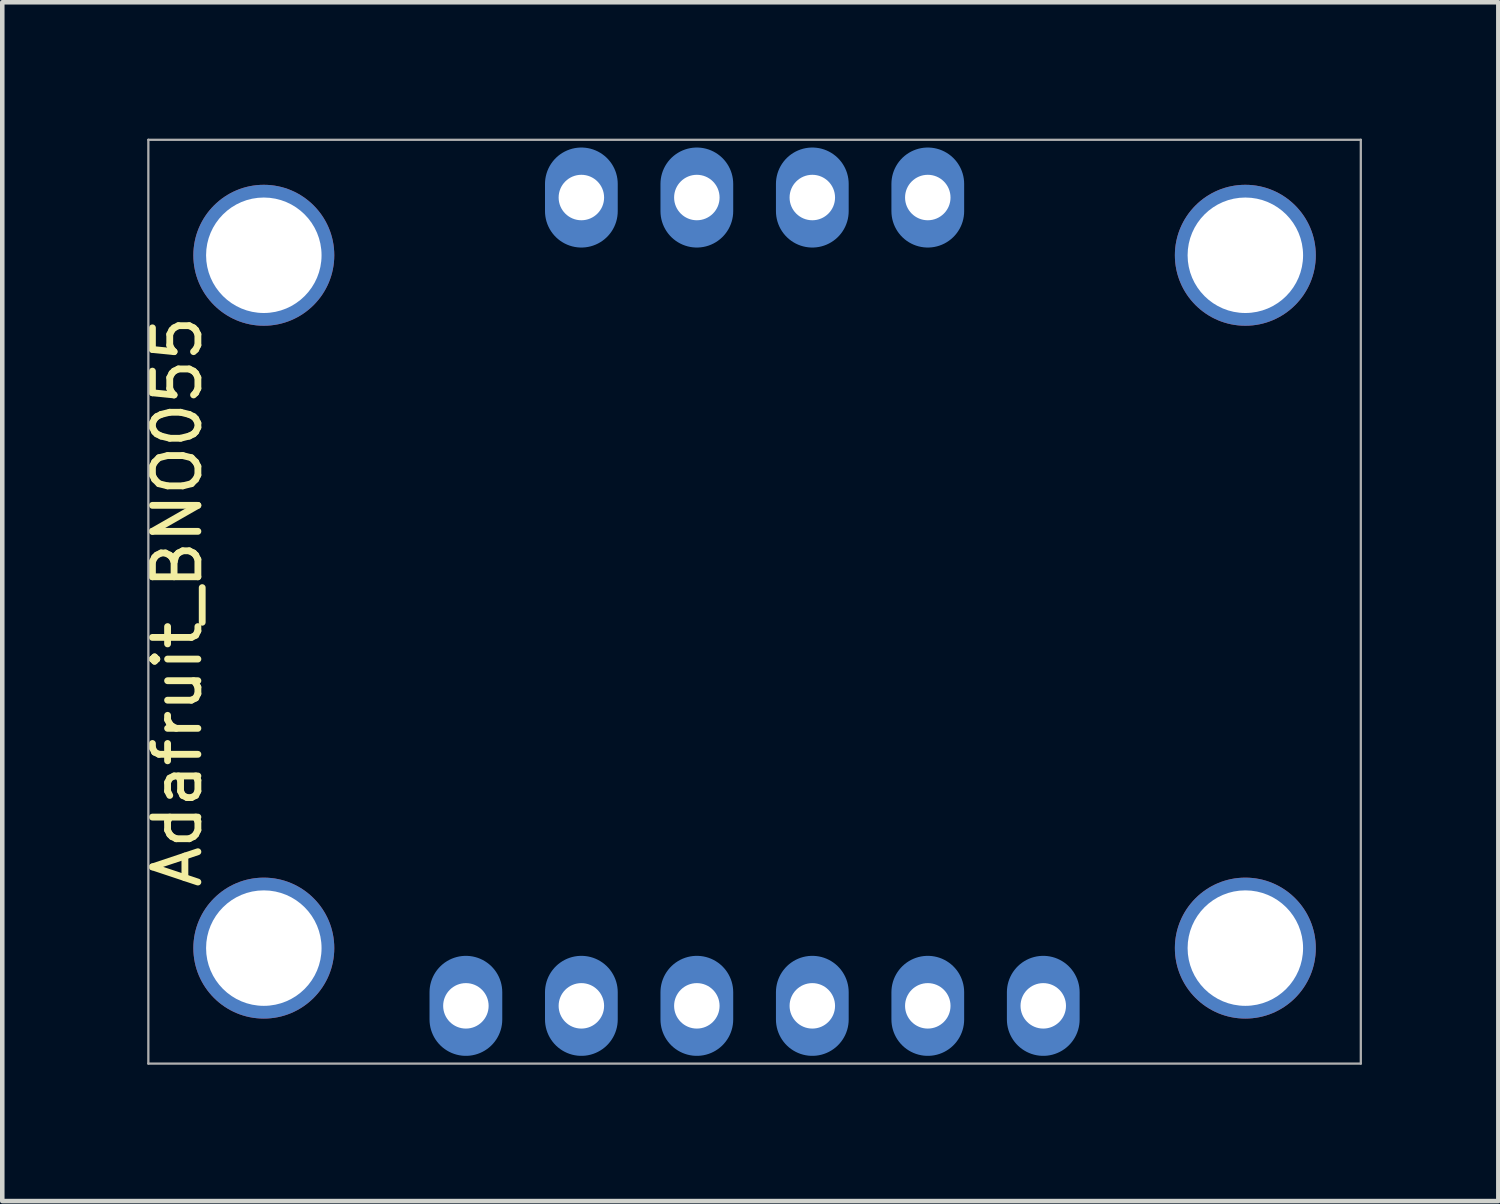
<source format=kicad_pcb>
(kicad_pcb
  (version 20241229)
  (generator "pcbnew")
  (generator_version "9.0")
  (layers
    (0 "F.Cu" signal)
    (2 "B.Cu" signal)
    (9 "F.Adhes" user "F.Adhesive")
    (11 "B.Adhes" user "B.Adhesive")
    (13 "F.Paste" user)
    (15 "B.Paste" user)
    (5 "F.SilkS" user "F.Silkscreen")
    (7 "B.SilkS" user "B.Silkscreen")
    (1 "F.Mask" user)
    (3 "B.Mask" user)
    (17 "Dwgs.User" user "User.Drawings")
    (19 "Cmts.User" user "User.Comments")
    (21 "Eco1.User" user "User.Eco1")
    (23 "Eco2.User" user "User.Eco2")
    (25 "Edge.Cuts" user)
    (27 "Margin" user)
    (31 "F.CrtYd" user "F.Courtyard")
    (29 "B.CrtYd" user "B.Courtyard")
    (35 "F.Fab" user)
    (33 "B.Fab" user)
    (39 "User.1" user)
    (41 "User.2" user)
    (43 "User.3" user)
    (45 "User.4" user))
  (footprint "Adafruit_BNO055"
    (layer "F.Cu")
    (at 13.548 10.185)
    (property "Reference" "Adafruit_BNO055" (at -12.7 0 90) (layer "F.SilkS") (effects (font (size 1 1) (thickness 0.15))))
    (attr through_hole)
    (fp_line (start -13.335 -10.16) (end 13.335 -10.16) (stroke (width 0.05) (type solid)) (layer "F.Fab"))
    (fp_line (start -13.335 10.16) (end -13.335 -10.16) (stroke (width 0.05) (type solid)) (layer "F.Fab"))
    (fp_line (start 13.335 -10.16) (end 13.335 10.16) (stroke (width 0.05) (type solid)) (layer "F.Fab"))
    (fp_line (start 13.335 10.16) (end -13.335 10.16) (stroke (width 0.05) (type solid)) (layer "F.Fab"))
    (pad "1" thru_hole circle (at -6.35 8.89) (size 1.4 1.4) (drill 1) (layers "*.Cu" "*.Mask"))
    (pad "1" connect oval (at -6.35 8.89) (size 1.6 2.2) (layers "B.Cu" "B.Mask"))
    (pad "2" thru_hole circle (at -3.81 8.89) (size 1.4 1.4) (drill 1) (layers "*.Cu" "*.Mask"))
    (pad "2" connect oval (at -3.81 8.89) (size 1.6 2.2) (layers "B.Cu" "B.Mask"))
    (pad "3" thru_hole circle (at -1.27 8.89) (size 1.4 1.4) (drill 1) (layers "*.Cu" "*.Mask"))
    (pad "3" connect oval (at -1.27 8.89) (size 1.6 2.2) (layers "B.Cu" "B.Mask"))
    (pad "4" thru_hole circle (at 1.27 8.89) (size 1.4 1.4) (drill 1) (layers "*.Cu" "*.Mask"))
    (pad "4" connect oval (at 1.27 8.89) (size 1.6 2.2) (layers "B.Cu" "B.Mask"))
    (pad "5" thru_hole circle (at 3.81 8.89) (size 1.4 1.4) (drill 1) (layers "*.Cu" "*.Mask"))
    (pad "5" connect oval (at 3.81 8.89) (size 1.6 2.2) (layers "B.Cu" "B.Mask"))
    (pad "6" thru_hole circle (at 6.35 8.89) (size 1.4 1.4) (drill 1) (layers "*.Cu" "*.Mask"))
    (pad "6" connect oval (at 6.35 8.89) (size 1.6 2.2) (layers "B.Cu" "B.Mask"))
    (pad "7" thru_hole circle (at -3.81 -8.89) (size 1.4 1.4) (drill 1) (layers "*.Cu" "*.Mask"))
    (pad "7" connect oval (at -3.81 -8.89) (size 1.6 2.2) (layers "B.Cu" "B.Mask"))
    (pad "8" thru_hole circle (at -1.27 -8.89) (size 1.4 1.4) (drill 1) (layers "*.Cu" "*.Mask"))
    (pad "8" connect oval (at -1.27 -8.89) (size 1.6 2.2) (layers "B.Cu" "B.Mask"))
    (pad "9" thru_hole circle (at 1.27 -8.89) (size 1.4 1.4) (drill 1) (layers "*.Cu" "*.Mask"))
    (pad "9" connect oval (at 1.27 -8.89) (size 1.6 2.2) (layers "B.Cu" "B.Mask"))
    (pad "10" thru_hole circle (at 3.81 -8.89) (size 1.4 1.4) (drill 1) (layers "*.Cu" "*.Mask"))
    (pad "10" connect oval (at 3.81 -8.89) (size 1.6 2.2) (layers "B.Cu" "B.Mask"))
    (pad "11" thru_hole circle (at -10.795 -7.62) (size 3.1 3.1) (drill 2.54) (layers "*.Cu" "*.Mask"))
    (pad "11" thru_hole circle (at -10.795 7.62) (size 3.1 3.1) (drill 2.54) (layers "*.Cu" "*.Mask"))
    (pad "11" thru_hole circle (at 10.795 -7.62) (size 3.1 3.1) (drill 2.54) (layers "*.Cu" "*.Mask"))
    (pad "11" thru_hole circle (at 10.795 7.62) (size 3.1 3.1) (drill 2.54) (layers "*.Cu" "*.Mask")))
  (gr_rect
    (start -3 -3)
    (end 29.908 23.37)
    (stroke (width 0.1) (type default))
    (fill no)
    (layer "Edge.Cuts")))
</source>
